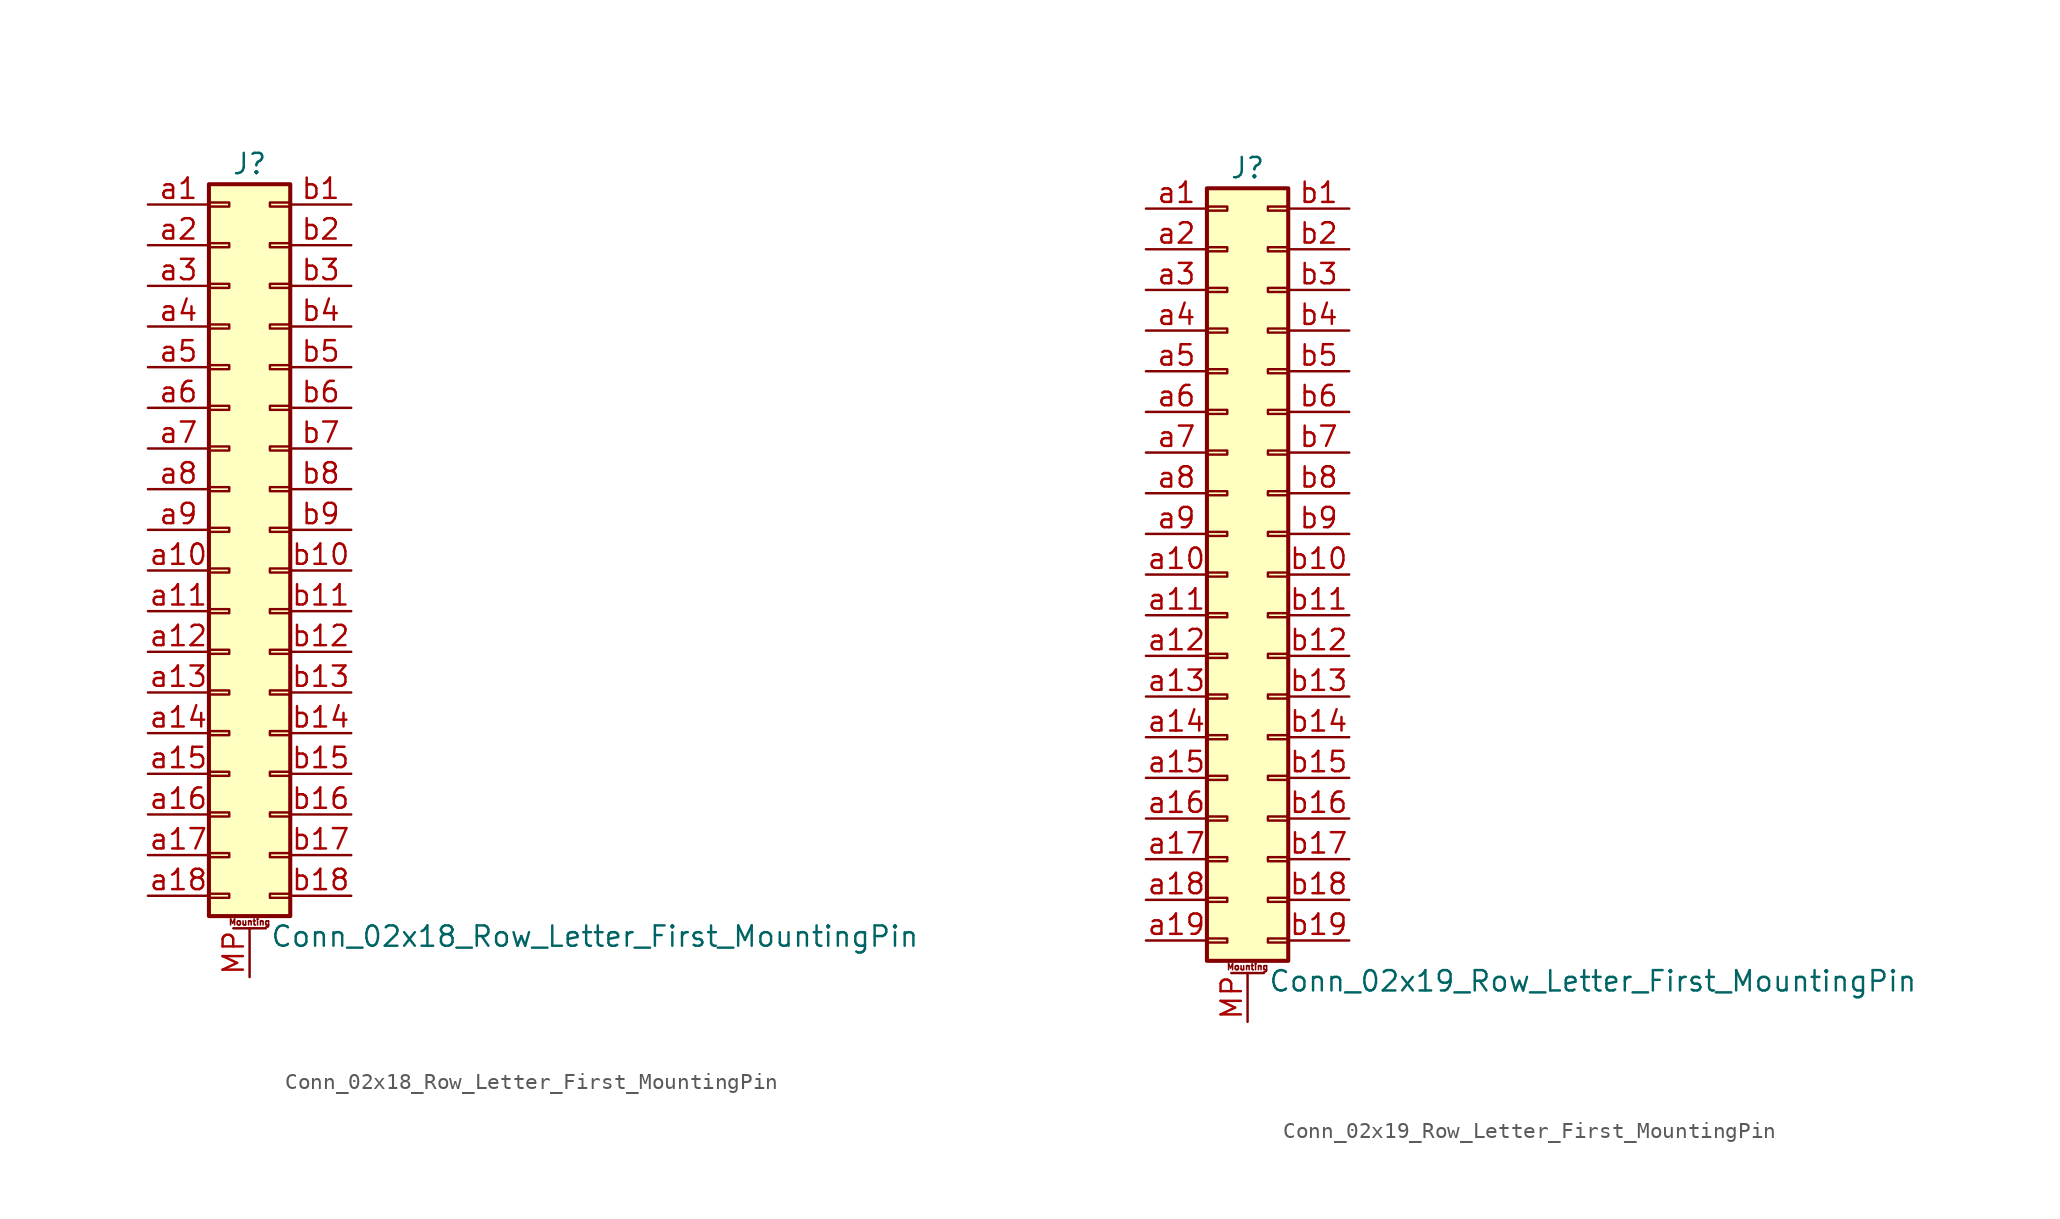
<source format=kicad_sym>
(kicad_symbol_lib
  (version 20220914)
  (generator kicad_symbol_editor)
  (symbol "Conn_02x18_Row_Letter_First_MountingPin"
    (pin_names
      (offset 1.016) hide)
    (property "Reference" "J"
      (at 1.27 22.86 0)
      (effects (font (size 1.27 1.27))))
    (property "Value" "Conn_02x18_Row_Letter_First_MountingPin"
      (at 2.54 -25.4 0)
      (effects (font (size 1.27 1.27)) (justify left)))
    (symbol "Conn_02x18_Row_Letter_First_MountingPin_1_1"
      (rectangle (start -1.27 -22.733) (end 0 -22.987) (stroke (width 0.152) (type default)) (fill (type none)))
      (rectangle (start -1.27 -20.193) (end 0 -20.447) (stroke (width 0.152) (type default)) (fill (type none)))
      (rectangle (start -1.27 -17.653) (end 0 -17.907) (stroke (width 0.152) (type default)) (fill (type none)))
      (rectangle (start -1.27 -15.113) (end 0 -15.367) (stroke (width 0.152) (type default)) (fill (type none)))
      (rectangle (start -1.27 -12.573) (end 0 -12.827) (stroke (width 0.152) (type default)) (fill (type none)))
      (rectangle (start -1.27 -10.033) (end 0 -10.287) (stroke (width 0.152) (type default)) (fill (type none)))
      (rectangle (start -1.27 -7.493) (end 0 -7.747) (stroke (width 0.152) (type default)) (fill (type none)))
      (rectangle (start -1.27 -4.953) (end 0 -5.207) (stroke (width 0.152) (type default)) (fill (type none)))
      (rectangle (start -1.27 -2.413) (end 0 -2.667) (stroke (width 0.152) (type default)) (fill (type none)))
      (rectangle (start -1.27 0.127) (end 0 -0.127) (stroke (width 0.152) (type default)) (fill (type none)))
      (rectangle (start -1.27 2.667) (end 0 2.413) (stroke (width 0.152) (type default)) (fill (type none)))
      (rectangle (start -1.27 5.207) (end 0 4.953) (stroke (width 0.152) (type default)) (fill (type none)))
      (rectangle (start -1.27 7.747) (end 0 7.493) (stroke (width 0.152) (type default)) (fill (type none)))
      (rectangle (start -1.27 10.287) (end 0 10.033) (stroke (width 0.152) (type default)) (fill (type none)))
      (rectangle (start -1.27 12.827) (end 0 12.573) (stroke (width 0.152) (type default)) (fill (type none)))
      (rectangle (start -1.27 15.367) (end 0 15.113) (stroke (width 0.152) (type default)) (fill (type none)))
      (rectangle (start -1.27 17.907) (end 0 17.653) (stroke (width 0.152) (type default)) (fill (type none)))
      (rectangle (start -1.27 20.447) (end 0 20.193) (stroke (width 0.152) (type default)) (fill (type none)))
      (rectangle (start -1.27 21.59) (end 3.81 -24.13) (stroke (width 0.254) (type default)) (fill (type background)))
      (polyline (pts (xy 0.254 -24.892) (xy 2.286 -24.892)) (stroke (width 0.152) (type default)) (fill (type none)))
      (rectangle (start 3.81 -22.733) (end 2.54 -22.987) (stroke (width 0.152) (type default)) (fill (type none)))
      (rectangle (start 3.81 -20.193) (end 2.54 -20.447) (stroke (width 0.152) (type default)) (fill (type none)))
      (rectangle (start 3.81 -17.653) (end 2.54 -17.907) (stroke (width 0.152) (type default)) (fill (type none)))
      (rectangle (start 3.81 -15.113) (end 2.54 -15.367) (stroke (width 0.152) (type default)) (fill (type none)))
      (rectangle (start 3.81 -12.573) (end 2.54 -12.827) (stroke (width 0.152) (type default)) (fill (type none)))
      (rectangle (start 3.81 -10.033) (end 2.54 -10.287) (stroke (width 0.152) (type default)) (fill (type none)))
      (rectangle (start 3.81 -7.493) (end 2.54 -7.747) (stroke (width 0.152) (type default)) (fill (type none)))
      (rectangle (start 3.81 -4.953) (end 2.54 -5.207) (stroke (width 0.152) (type default)) (fill (type none)))
      (rectangle (start 3.81 -2.413) (end 2.54 -2.667) (stroke (width 0.152) (type default)) (fill (type none)))
      (rectangle (start 3.81 0.127) (end 2.54 -0.127) (stroke (width 0.152) (type default)) (fill (type none)))
      (rectangle (start 3.81 2.667) (end 2.54 2.413) (stroke (width 0.152) (type default)) (fill (type none)))
      (rectangle (start 3.81 5.207) (end 2.54 4.953) (stroke (width 0.152) (type default)) (fill (type none)))
      (rectangle (start 3.81 7.747) (end 2.54 7.493) (stroke (width 0.152) (type default)) (fill (type none)))
      (rectangle (start 3.81 10.287) (end 2.54 10.033) (stroke (width 0.152) (type default)) (fill (type none)))
      (rectangle (start 3.81 12.827) (end 2.54 12.573) (stroke (width 0.152) (type default)) (fill (type none)))
      (rectangle (start 3.81 15.367) (end 2.54 15.113) (stroke (width 0.152) (type default)) (fill (type none)))
      (rectangle (start 3.81 17.907) (end 2.54 17.653) (stroke (width 0.152) (type default)) (fill (type none)))
      (rectangle (start 3.81 20.447) (end 2.54 20.193) (stroke (width 0.152) (type default)) (fill (type none)))
      (text "Mounting" (at 1.27 -24.511 0) (effects (font (size 0.381 0.381))))
      (pin passive line (at 1.27 -27.94 90) (length 3.048) (name "MountPin" (effects (font (size 1.27 1.27)))) (number "MP" (effects (font (size 1.27 1.27)))))
      (pin passive line (at -5.08 20.32 0) (length 3.81) (name "Pin_a1" (effects (font (size 1.27 1.27)))) (number "a1" (effects (font (size 1.27 1.27)))))
      (pin passive line (at -5.08 -2.54 0) (length 3.81) (name "Pin_a10" (effects (font (size 1.27 1.27)))) (number "a10" (effects (font (size 1.27 1.27)))))
      (pin passive line (at -5.08 -5.08 0) (length 3.81) (name "Pin_a11" (effects (font (size 1.27 1.27)))) (number "a11" (effects (font (size 1.27 1.27)))))
      (pin passive line (at -5.08 -7.62 0) (length 3.81) (name "Pin_a12" (effects (font (size 1.27 1.27)))) (number "a12" (effects (font (size 1.27 1.27)))))
      (pin passive line (at -5.08 -10.16 0) (length 3.81) (name "Pin_a13" (effects (font (size 1.27 1.27)))) (number "a13" (effects (font (size 1.27 1.27)))))
      (pin passive line (at -5.08 -12.7 0) (length 3.81) (name "Pin_a14" (effects (font (size 1.27 1.27)))) (number "a14" (effects (font (size 1.27 1.27)))))
      (pin passive line (at -5.08 -15.24 0) (length 3.81) (name "Pin_a15" (effects (font (size 1.27 1.27)))) (number "a15" (effects (font (size 1.27 1.27)))))
      (pin passive line (at -5.08 -17.78 0) (length 3.81) (name "Pin_a16" (effects (font (size 1.27 1.27)))) (number "a16" (effects (font (size 1.27 1.27)))))
      (pin passive line (at -5.08 -20.32 0) (length 3.81) (name "Pin_a17" (effects (font (size 1.27 1.27)))) (number "a17" (effects (font (size 1.27 1.27)))))
      (pin passive line (at -5.08 -22.86 0) (length 3.81) (name "Pin_a18" (effects (font (size 1.27 1.27)))) (number "a18" (effects (font (size 1.27 1.27)))))
      (pin passive line (at -5.08 17.78 0) (length 3.81) (name "Pin_a2" (effects (font (size 1.27 1.27)))) (number "a2" (effects (font (size 1.27 1.27)))))
      (pin passive line (at -5.08 15.24 0) (length 3.81) (name "Pin_a3" (effects (font (size 1.27 1.27)))) (number "a3" (effects (font (size 1.27 1.27)))))
      (pin passive line (at -5.08 12.7 0) (length 3.81) (name "Pin_a4" (effects (font (size 1.27 1.27)))) (number "a4" (effects (font (size 1.27 1.27)))))
      (pin passive line (at -5.08 10.16 0) (length 3.81) (name "Pin_a5" (effects (font (size 1.27 1.27)))) (number "a5" (effects (font (size 1.27 1.27)))))
      (pin passive line (at -5.08 7.62 0) (length 3.81) (name "Pin_a6" (effects (font (size 1.27 1.27)))) (number "a6" (effects (font (size 1.27 1.27)))))
      (pin passive line (at -5.08 5.08 0) (length 3.81) (name "Pin_a7" (effects (font (size 1.27 1.27)))) (number "a7" (effects (font (size 1.27 1.27)))))
      (pin passive line (at -5.08 2.54 0) (length 3.81) (name "Pin_a8" (effects (font (size 1.27 1.27)))) (number "a8" (effects (font (size 1.27 1.27)))))
      (pin passive line (at -5.08 0 0) (length 3.81) (name "Pin_a9" (effects (font (size 1.27 1.27)))) (number "a9" (effects (font (size 1.27 1.27)))))
      (pin passive line (at 7.62 20.32 180) (length 3.81) (name "Pin_b1" (effects (font (size 1.27 1.27)))) (number "b1" (effects (font (size 1.27 1.27)))))
      (pin passive line (at 7.62 -2.54 180) (length 3.81) (name "Pin_b10" (effects (font (size 1.27 1.27)))) (number "b10" (effects (font (size 1.27 1.27)))))
      (pin passive line (at 7.62 -5.08 180) (length 3.81) (name "Pin_b11" (effects (font (size 1.27 1.27)))) (number "b11" (effects (font (size 1.27 1.27)))))
      (pin passive line (at 7.62 -7.62 180) (length 3.81) (name "Pin_b12" (effects (font (size 1.27 1.27)))) (number "b12" (effects (font (size 1.27 1.27)))))
      (pin passive line (at 7.62 -10.16 180) (length 3.81) (name "Pin_b13" (effects (font (size 1.27 1.27)))) (number "b13" (effects (font (size 1.27 1.27)))))
      (pin passive line (at 7.62 -12.7 180) (length 3.81) (name "Pin_b14" (effects (font (size 1.27 1.27)))) (number "b14" (effects (font (size 1.27 1.27)))))
      (pin passive line (at 7.62 -15.24 180) (length 3.81) (name "Pin_b15" (effects (font (size 1.27 1.27)))) (number "b15" (effects (font (size 1.27 1.27)))))
      (pin passive line (at 7.62 -17.78 180) (length 3.81) (name "Pin_b16" (effects (font (size 1.27 1.27)))) (number "b16" (effects (font (size 1.27 1.27)))))
      (pin passive line (at 7.62 -20.32 180) (length 3.81) (name "Pin_b17" (effects (font (size 1.27 1.27)))) (number "b17" (effects (font (size 1.27 1.27)))))
      (pin passive line (at 7.62 -22.86 180) (length 3.81) (name "Pin_b18" (effects (font (size 1.27 1.27)))) (number "b18" (effects (font (size 1.27 1.27)))))
      (pin passive line (at 7.62 17.78 180) (length 3.81) (name "Pin_b2" (effects (font (size 1.27 1.27)))) (number "b2" (effects (font (size 1.27 1.27)))))
      (pin passive line (at 7.62 15.24 180) (length 3.81) (name "Pin_b3" (effects (font (size 1.27 1.27)))) (number "b3" (effects (font (size 1.27 1.27)))))
      (pin passive line (at 7.62 12.7 180) (length 3.81) (name "Pin_b4" (effects (font (size 1.27 1.27)))) (number "b4" (effects (font (size 1.27 1.27)))))
      (pin passive line (at 7.62 10.16 180) (length 3.81) (name "Pin_b5" (effects (font (size 1.27 1.27)))) (number "b5" (effects (font (size 1.27 1.27)))))
      (pin passive line (at 7.62 7.62 180) (length 3.81) (name "Pin_b6" (effects (font (size 1.27 1.27)))) (number "b6" (effects (font (size 1.27 1.27)))))
      (pin passive line (at 7.62 5.08 180) (length 3.81) (name "Pin_b7" (effects (font (size 1.27 1.27)))) (number "b7" (effects (font (size 1.27 1.27)))))
      (pin passive line (at 7.62 2.54 180) (length 3.81) (name "Pin_b8" (effects (font (size 1.27 1.27)))) (number "b8" (effects (font (size 1.27 1.27)))))
      (pin passive line (at 7.62 0 180) (length 3.81) (name "Pin_b9" (effects (font (size 1.27 1.27)))) (number "b9" (effects (font (size 1.27 1.27)))))))
  (symbol "Conn_02x19_Row_Letter_First_MountingPin"
    (pin_names
      (offset 1.016) hide)
    (property "Reference" "J"
      (at 1.27 25.4 0)
      (effects (font (size 1.27 1.27))))
    (property "Value" "Conn_02x19_Row_Letter_First_MountingPin"
      (at 2.54 -25.4 0)
      (effects (font (size 1.27 1.27)) (justify left)))
    (symbol "Conn_02x19_Row_Letter_First_MountingPin_1_1"
      (rectangle (start -1.27 -22.733) (end 0 -22.987) (stroke (width 0.152) (type default)) (fill (type none)))
      (rectangle (start -1.27 -20.193) (end 0 -20.447) (stroke (width 0.152) (type default)) (fill (type none)))
      (rectangle (start -1.27 -17.653) (end 0 -17.907) (stroke (width 0.152) (type default)) (fill (type none)))
      (rectangle (start -1.27 -15.113) (end 0 -15.367) (stroke (width 0.152) (type default)) (fill (type none)))
      (rectangle (start -1.27 -12.573) (end 0 -12.827) (stroke (width 0.152) (type default)) (fill (type none)))
      (rectangle (start -1.27 -10.033) (end 0 -10.287) (stroke (width 0.152) (type default)) (fill (type none)))
      (rectangle (start -1.27 -7.493) (end 0 -7.747) (stroke (width 0.152) (type default)) (fill (type none)))
      (rectangle (start -1.27 -4.953) (end 0 -5.207) (stroke (width 0.152) (type default)) (fill (type none)))
      (rectangle (start -1.27 -2.413) (end 0 -2.667) (stroke (width 0.152) (type default)) (fill (type none)))
      (rectangle (start -1.27 0.127) (end 0 -0.127) (stroke (width 0.152) (type default)) (fill (type none)))
      (rectangle (start -1.27 2.667) (end 0 2.413) (stroke (width 0.152) (type default)) (fill (type none)))
      (rectangle (start -1.27 5.207) (end 0 4.953) (stroke (width 0.152) (type default)) (fill (type none)))
      (rectangle (start -1.27 7.747) (end 0 7.493) (stroke (width 0.152) (type default)) (fill (type none)))
      (rectangle (start -1.27 10.287) (end 0 10.033) (stroke (width 0.152) (type default)) (fill (type none)))
      (rectangle (start -1.27 12.827) (end 0 12.573) (stroke (width 0.152) (type default)) (fill (type none)))
      (rectangle (start -1.27 15.367) (end 0 15.113) (stroke (width 0.152) (type default)) (fill (type none)))
      (rectangle (start -1.27 17.907) (end 0 17.653) (stroke (width 0.152) (type default)) (fill (type none)))
      (rectangle (start -1.27 20.447) (end 0 20.193) (stroke (width 0.152) (type default)) (fill (type none)))
      (rectangle (start -1.27 22.987) (end 0 22.733) (stroke (width 0.152) (type default)) (fill (type none)))
      (rectangle (start -1.27 24.13) (end 3.81 -24.13) (stroke (width 0.254) (type default)) (fill (type background)))
      (polyline (pts (xy 0.254 -24.892) (xy 2.286 -24.892)) (stroke (width 0.152) (type default)) (fill (type none)))
      (rectangle (start 3.81 -22.733) (end 2.54 -22.987) (stroke (width 0.152) (type default)) (fill (type none)))
      (rectangle (start 3.81 -20.193) (end 2.54 -20.447) (stroke (width 0.152) (type default)) (fill (type none)))
      (rectangle (start 3.81 -17.653) (end 2.54 -17.907) (stroke (width 0.152) (type default)) (fill (type none)))
      (rectangle (start 3.81 -15.113) (end 2.54 -15.367) (stroke (width 0.152) (type default)) (fill (type none)))
      (rectangle (start 3.81 -12.573) (end 2.54 -12.827) (stroke (width 0.152) (type default)) (fill (type none)))
      (rectangle (start 3.81 -10.033) (end 2.54 -10.287) (stroke (width 0.152) (type default)) (fill (type none)))
      (rectangle (start 3.81 -7.493) (end 2.54 -7.747) (stroke (width 0.152) (type default)) (fill (type none)))
      (rectangle (start 3.81 -4.953) (end 2.54 -5.207) (stroke (width 0.152) (type default)) (fill (type none)))
      (rectangle (start 3.81 -2.413) (end 2.54 -2.667) (stroke (width 0.152) (type default)) (fill (type none)))
      (rectangle (start 3.81 0.127) (end 2.54 -0.127) (stroke (width 0.152) (type default)) (fill (type none)))
      (rectangle (start 3.81 2.667) (end 2.54 2.413) (stroke (width 0.152) (type default)) (fill (type none)))
      (rectangle (start 3.81 5.207) (end 2.54 4.953) (stroke (width 0.152) (type default)) (fill (type none)))
      (rectangle (start 3.81 7.747) (end 2.54 7.493) (stroke (width 0.152) (type default)) (fill (type none)))
      (rectangle (start 3.81 10.287) (end 2.54 10.033) (stroke (width 0.152) (type default)) (fill (type none)))
      (rectangle (start 3.81 12.827) (end 2.54 12.573) (stroke (width 0.152) (type default)) (fill (type none)))
      (rectangle (start 3.81 15.367) (end 2.54 15.113) (stroke (width 0.152) (type default)) (fill (type none)))
      (rectangle (start 3.81 17.907) (end 2.54 17.653) (stroke (width 0.152) (type default)) (fill (type none)))
      (rectangle (start 3.81 20.447) (end 2.54 20.193) (stroke (width 0.152) (type default)) (fill (type none)))
      (rectangle (start 3.81 22.987) (end 2.54 22.733) (stroke (width 0.152) (type default)) (fill (type none)))
      (text "Mounting" (at 1.27 -24.511 0) (effects (font (size 0.381 0.381))))
      (pin passive line (at 1.27 -27.94 90) (length 3.048) (name "MountPin" (effects (font (size 1.27 1.27)))) (number "MP" (effects (font (size 1.27 1.27)))))
      (pin passive line (at -5.08 22.86 0) (length 3.81) (name "Pin_a1" (effects (font (size 1.27 1.27)))) (number "a1" (effects (font (size 1.27 1.27)))))
      (pin passive line (at -5.08 0 0) (length 3.81) (name "Pin_a10" (effects (font (size 1.27 1.27)))) (number "a10" (effects (font (size 1.27 1.27)))))
      (pin passive line (at -5.08 -2.54 0) (length 3.81) (name "Pin_a11" (effects (font (size 1.27 1.27)))) (number "a11" (effects (font (size 1.27 1.27)))))
      (pin passive line (at -5.08 -5.08 0) (length 3.81) (name "Pin_a12" (effects (font (size 1.27 1.27)))) (number "a12" (effects (font (size 1.27 1.27)))))
      (pin passive line (at -5.08 -7.62 0) (length 3.81) (name "Pin_a13" (effects (font (size 1.27 1.27)))) (number "a13" (effects (font (size 1.27 1.27)))))
      (pin passive line (at -5.08 -10.16 0) (length 3.81) (name "Pin_a14" (effects (font (size 1.27 1.27)))) (number "a14" (effects (font (size 1.27 1.27)))))
      (pin passive line (at -5.08 -12.7 0) (length 3.81) (name "Pin_a15" (effects (font (size 1.27 1.27)))) (number "a15" (effects (font (size 1.27 1.27)))))
      (pin passive line (at -5.08 -15.24 0) (length 3.81) (name "Pin_a16" (effects (font (size 1.27 1.27)))) (number "a16" (effects (font (size 1.27 1.27)))))
      (pin passive line (at -5.08 -17.78 0) (length 3.81) (name "Pin_a17" (effects (font (size 1.27 1.27)))) (number "a17" (effects (font (size 1.27 1.27)))))
      (pin passive line (at -5.08 -20.32 0) (length 3.81) (name "Pin_a18" (effects (font (size 1.27 1.27)))) (number "a18" (effects (font (size 1.27 1.27)))))
      (pin passive line (at -5.08 -22.86 0) (length 3.81) (name "Pin_a19" (effects (font (size 1.27 1.27)))) (number "a19" (effects (font (size 1.27 1.27)))))
      (pin passive line (at -5.08 20.32 0) (length 3.81) (name "Pin_a2" (effects (font (size 1.27 1.27)))) (number "a2" (effects (font (size 1.27 1.27)))))
      (pin passive line (at -5.08 17.78 0) (length 3.81) (name "Pin_a3" (effects (font (size 1.27 1.27)))) (number "a3" (effects (font (size 1.27 1.27)))))
      (pin passive line (at -5.08 15.24 0) (length 3.81) (name "Pin_a4" (effects (font (size 1.27 1.27)))) (number "a4" (effects (font (size 1.27 1.27)))))
      (pin passive line (at -5.08 12.7 0) (length 3.81) (name "Pin_a5" (effects (font (size 1.27 1.27)))) (number "a5" (effects (font (size 1.27 1.27)))))
      (pin passive line (at -5.08 10.16 0) (length 3.81) (name "Pin_a6" (effects (font (size 1.27 1.27)))) (number "a6" (effects (font (size 1.27 1.27)))))
      (pin passive line (at -5.08 7.62 0) (length 3.81) (name "Pin_a7" (effects (font (size 1.27 1.27)))) (number "a7" (effects (font (size 1.27 1.27)))))
      (pin passive line (at -5.08 5.08 0) (length 3.81) (name "Pin_a8" (effects (font (size 1.27 1.27)))) (number "a8" (effects (font (size 1.27 1.27)))))
      (pin passive line (at -5.08 2.54 0) (length 3.81) (name "Pin_a9" (effects (font (size 1.27 1.27)))) (number "a9" (effects (font (size 1.27 1.27)))))
      (pin passive line (at 7.62 22.86 180) (length 3.81) (name "Pin_b1" (effects (font (size 1.27 1.27)))) (number "b1" (effects (font (size 1.27 1.27)))))
      (pin passive line (at 7.62 0 180) (length 3.81) (name "Pin_b10" (effects (font (size 1.27 1.27)))) (number "b10" (effects (font (size 1.27 1.27)))))
      (pin passive line (at 7.62 -2.54 180) (length 3.81) (name "Pin_b11" (effects (font (size 1.27 1.27)))) (number "b11" (effects (font (size 1.27 1.27)))))
      (pin passive line (at 7.62 -5.08 180) (length 3.81) (name "Pin_b12" (effects (font (size 1.27 1.27)))) (number "b12" (effects (font (size 1.27 1.27)))))
      (pin passive line (at 7.62 -7.62 180) (length 3.81) (name "Pin_b13" (effects (font (size 1.27 1.27)))) (number "b13" (effects (font (size 1.27 1.27)))))
      (pin passive line (at 7.62 -10.16 180) (length 3.81) (name "Pin_b14" (effects (font (size 1.27 1.27)))) (number "b14" (effects (font (size 1.27 1.27)))))
      (pin passive line (at 7.62 -12.7 180) (length 3.81) (name "Pin_b15" (effects (font (size 1.27 1.27)))) (number "b15" (effects (font (size 1.27 1.27)))))
      (pin passive line (at 7.62 -15.24 180) (length 3.81) (name "Pin_b16" (effects (font (size 1.27 1.27)))) (number "b16" (effects (font (size 1.27 1.27)))))
      (pin passive line (at 7.62 -17.78 180) (length 3.81) (name "Pin_b17" (effects (font (size 1.27 1.27)))) (number "b17" (effects (font (size 1.27 1.27)))))
      (pin passive line (at 7.62 -20.32 180) (length 3.81) (name "Pin_b18" (effects (font (size 1.27 1.27)))) (number "b18" (effects (font (size 1.27 1.27)))))
      (pin passive line (at 7.62 -22.86 180) (length 3.81) (name "Pin_b19" (effects (font (size 1.27 1.27)))) (number "b19" (effects (font (size 1.27 1.27)))))
      (pin passive line (at 7.62 20.32 180) (length 3.81) (name "Pin_b2" (effects (font (size 1.27 1.27)))) (number "b2" (effects (font (size 1.27 1.27)))))
      (pin passive line (at 7.62 17.78 180) (length 3.81) (name "Pin_b3" (effects (font (size 1.27 1.27)))) (number "b3" (effects (font (size 1.27 1.27)))))
      (pin passive line (at 7.62 15.24 180) (length 3.81) (name "Pin_b4" (effects (font (size 1.27 1.27)))) (number "b4" (effects (font (size 1.27 1.27)))))
      (pin passive line (at 7.62 12.7 180) (length 3.81) (name "Pin_b5" (effects (font (size 1.27 1.27)))) (number "b5" (effects (font (size 1.27 1.27)))))
      (pin passive line (at 7.62 10.16 180) (length 3.81) (name "Pin_b6" (effects (font (size 1.27 1.27)))) (number "b6" (effects (font (size 1.27 1.27)))))
      (pin passive line (at 7.62 7.62 180) (length 3.81) (name "Pin_b7" (effects (font (size 1.27 1.27)))) (number "b7" (effects (font (size 1.27 1.27)))))
      (pin passive line (at 7.62 5.08 180) (length 3.81) (name "Pin_b8" (effects (font (size 1.27 1.27)))) (number "b8" (effects (font (size 1.27 1.27)))))
      (pin passive line (at 7.62 2.54 180) (length 3.81) (name "Pin_b9" (effects (font (size 1.27 1.27)))) (number "b9" (effects (font (size 1.27 1.27))))))))
</source>
